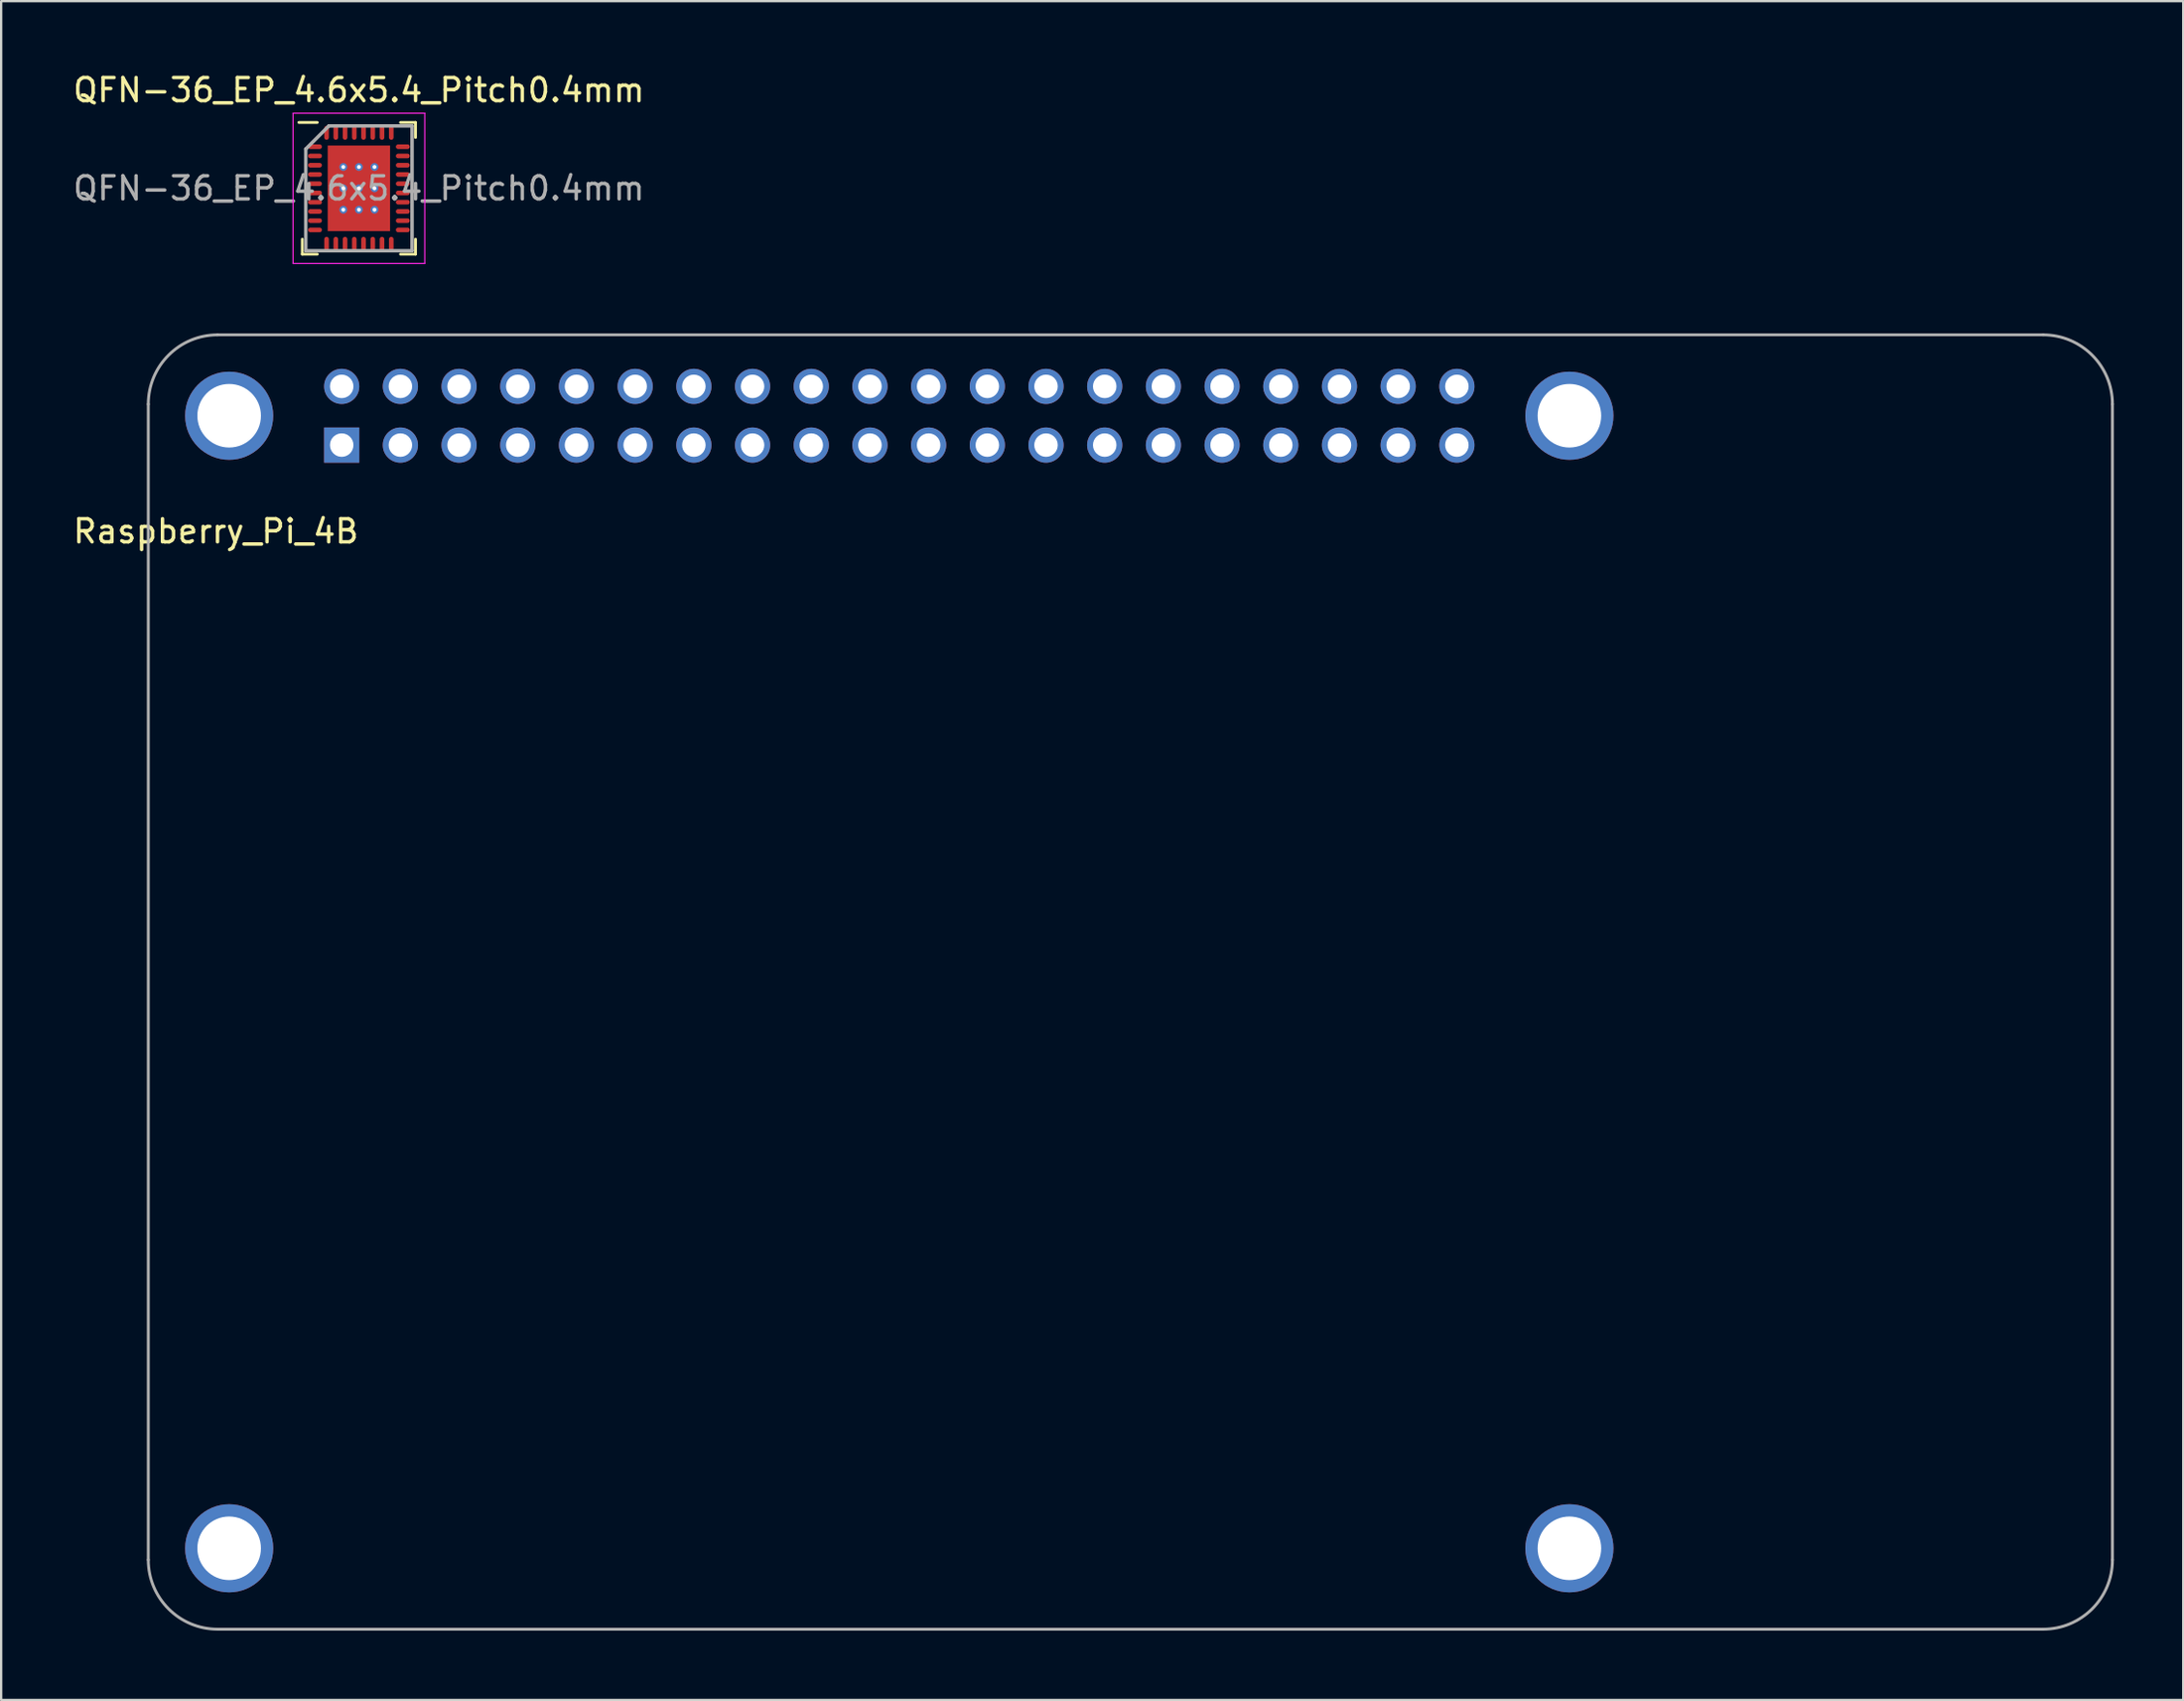
<source format=kicad_pcb>
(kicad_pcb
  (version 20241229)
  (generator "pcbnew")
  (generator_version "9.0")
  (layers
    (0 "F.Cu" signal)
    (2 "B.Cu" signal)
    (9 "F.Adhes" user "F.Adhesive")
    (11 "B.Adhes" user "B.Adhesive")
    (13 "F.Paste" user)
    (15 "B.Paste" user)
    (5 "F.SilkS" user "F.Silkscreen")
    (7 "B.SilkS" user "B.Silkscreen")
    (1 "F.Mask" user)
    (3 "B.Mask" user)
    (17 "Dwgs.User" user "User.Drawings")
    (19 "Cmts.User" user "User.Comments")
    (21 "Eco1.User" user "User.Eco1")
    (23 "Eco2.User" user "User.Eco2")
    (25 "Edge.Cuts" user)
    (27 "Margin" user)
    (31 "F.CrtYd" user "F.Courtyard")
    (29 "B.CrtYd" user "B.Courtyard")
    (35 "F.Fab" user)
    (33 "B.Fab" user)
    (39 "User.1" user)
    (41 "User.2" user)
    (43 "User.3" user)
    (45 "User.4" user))
  (footprint "QFN-36_EP_4.6x5.4_Pitch0.4mm"
    (layer "F.Cu")
    (at 12.482 5.098)
    (property "Reference" "QFN-36_EP_4.6x5.4_Pitch0.4mm" (at 0 -4.25 0) (layer "F.SilkS") (effects (font (size 1 1) (thickness 0.15))))
    (attr smd)
    (fp_line (start -2.45 2.85) (end -2.45 2.2) (stroke (width 0.12) (type default)) (layer "F.SilkS"))
    (fp_line (start -1.8 -2.85) (end -2.6 -2.85) (stroke (width 0.12) (type default)) (layer "F.SilkS"))
    (fp_line (start -1.8 2.85) (end -2.45 2.85) (stroke (width 0.12) (type default)) (layer "F.SilkS"))
    (fp_line (start 1.8 -2.85) (end 2.45 -2.85) (stroke (width 0.12) (type default)) (layer "F.SilkS"))
    (fp_line (start 1.8 2.85) (end 2.45 2.85) (stroke (width 0.12) (type default)) (layer "F.SilkS"))
    (fp_line (start 2.45 -2.85) (end 2.45 -2.2) (stroke (width 0.12) (type default)) (layer "F.SilkS"))
    (fp_line (start 2.45 2.85) (end 2.45 2.2) (stroke (width 0.12) (type default)) (layer "F.SilkS"))
    (fp_line (start -2.85 -3.25) (end 2.85 -3.25) (stroke (width 0.05) (type default)) (layer "F.CrtYd"))
    (fp_line (start -2.85 3.25) (end -2.85 -3.25) (stroke (width 0.05) (type default)) (layer "F.CrtYd"))
    (fp_line (start 2.85 -3.25) (end 2.85 3.25) (stroke (width 0.05) (type default)) (layer "F.CrtYd"))
    (fp_line (start 2.85 3.25) (end -2.85 3.25) (stroke (width 0.05) (type default)) (layer "F.CrtYd"))
    (fp_line (start -2.3 -1.7) (end -2.3 2.7) (stroke (width 0.15) (type default)) (layer "F.Fab"))
    (fp_line (start -2.3 2.7) (end 2.3 2.7) (stroke (width 0.15) (type default)) (layer "F.Fab"))
    (fp_line (start -1.3 -2.7) (end -2.3 -1.7) (stroke (width 0.15) (type default)) (layer "F.Fab"))
    (fp_line (start 2.3 -2.7) (end -1.3 -2.7) (stroke (width 0.15) (type default)) (layer "F.Fab"))
    (fp_line (start 2.3 2.7) (end 2.3 -2.7) (stroke (width 0.15) (type default)) (layer "F.Fab"))
    (fp_text user "${REFERENCE}" (at 0 0 0) (layer "F.Fab") (effects (font (size 1 1) (thickness 0.15))))
    (pad "" smd rect (at -1.012 -1.387) (size 0.000001 0.25) (layers "F.Paste"))
    (pad "" smd rect (at -1.012 -0.463) (size 0.000001 0.25) (layers "F.Paste"))
    (pad "" smd rect (at -1.012 0.463) (size 0.000001 0.25) (layers "F.Paste"))
    (pad "" smd rect (at -1.012 1.387) (size 0.000001 0.25) (layers "F.Paste"))
    (pad "" smd rect (at -0.338 -1.387) (size 0.000001 0.25) (layers "F.Paste"))
    (pad "" smd rect (at -0.338 -0.463) (size 0.000001 0.25) (layers "F.Paste"))
    (pad "" smd rect (at -0.338 0.463) (size 0.000001 0.25) (layers "F.Paste"))
    (pad "" smd rect (at -0.338 1.387) (size 0.000001 0.25) (layers "F.Paste"))
    (pad "" smd rect (at 0.338 -1.387) (size 0.000001 0.25) (layers "F.Paste"))
    (pad "" smd rect (at 0.338 -0.463) (size 0.000001 0.25) (layers "F.Paste"))
    (pad "" smd rect (at 0.338 0.463) (size 0.000001 0.25) (layers "F.Paste"))
    (pad "" smd rect (at 0.338 1.387) (size 0.000001 0.25) (layers "F.Paste"))
    (pad "" smd rect (at 1.012 -1.387) (size 0.000001 0.25) (layers "F.Paste"))
    (pad "" smd rect (at 1.012 -0.463) (size 0.000001 0.25) (layers "F.Paste"))
    (pad "" smd rect (at 1.012 0.463) (size 0.000001 0.25) (layers "F.Paste"))
    (pad "" smd rect (at 1.012 1.387) (size 0.000001 0.25) (layers "F.Paste"))
    (pad "1" smd oval (at -1.9 -1.8 90) (size 0.2 0.6) (layers "F.Cu" "F.Mask" "F.Paste"))
    (pad "2" smd oval (at -1.9 -1.4 90) (size 0.2 0.6) (layers "F.Cu" "F.Mask" "F.Paste"))
    (pad "3" smd oval (at -1.9 -1 90) (size 0.2 0.6) (layers "F.Cu" "F.Mask" "F.Paste"))
    (pad "4" smd oval (at -1.9 -0.6 90) (size 0.2 0.6) (layers "F.Cu" "F.Mask" "F.Paste"))
    (pad "5" smd oval (at -1.9 -0.2 90) (size 0.2 0.6) (layers "F.Cu" "F.Mask" "F.Paste"))
    (pad "6" smd oval (at -1.9 0.2 90) (size 0.2 0.6) (layers "F.Cu" "F.Mask" "F.Paste"))
    (pad "7" smd oval (at -1.9 0.6 90) (size 0.2 0.6) (layers "F.Cu" "F.Mask" "F.Paste"))
    (pad "8" smd oval (at -1.9 1 90) (size 0.2 0.6) (layers "F.Cu" "F.Mask" "F.Paste"))
    (pad "9" smd oval (at -1.9 1.4 90) (size 0.2 0.6) (layers "F.Cu" "F.Mask" "F.Paste"))
    (pad "10" smd oval (at -1.9 1.8 90) (size 0.2 0.6) (layers "F.Cu" "F.Mask" "F.Paste"))
    (pad "11" smd oval (at -1.4 2.4) (size 0.2 0.6) (layers "F.Cu" "F.Mask" "F.Paste"))
    (pad "12" smd oval (at -1 2.4) (size 0.2 0.6) (layers "F.Cu" "F.Mask" "F.Paste"))
    (pad "13" smd oval (at -0.6 2.4) (size 0.2 0.6) (layers "F.Cu" "F.Mask" "F.Paste"))
    (pad "14" smd oval (at -0.2 2.4) (size 0.2 0.6) (layers "F.Cu" "F.Mask" "F.Paste"))
    (pad "15" smd oval (at 0.2 2.4) (size 0.2 0.6) (layers "F.Cu" "F.Mask" "F.Paste"))
    (pad "16" smd oval (at 0.6 2.4) (size 0.2 0.6) (layers "F.Cu" "F.Mask" "F.Paste"))
    (pad "17" smd oval (at 1 2.4) (size 0.2 0.6) (layers "F.Cu" "F.Mask" "F.Paste"))
    (pad "18" smd oval (at 1.4 2.4) (size 0.2 0.6) (layers "F.Cu" "F.Mask" "F.Paste"))
    (pad "19" smd oval (at 1.9 1.8 90) (size 0.2 0.6) (layers "F.Cu" "F.Mask" "F.Paste"))
    (pad "20" smd oval (at 1.9 1.4 90) (size 0.2 0.6) (layers "F.Cu" "F.Mask" "F.Paste"))
    (pad "21" smd oval (at 1.9 1 90) (size 0.2 0.6) (layers "F.Cu" "F.Mask" "F.Paste"))
    (pad "22" smd oval (at 1.9 0.6 90) (size 0.2 0.6) (layers "F.Cu" "F.Mask" "F.Paste"))
    (pad "23" smd oval (at 1.9 0.2 90) (size 0.2 0.6) (layers "F.Cu" "F.Mask" "F.Paste"))
    (pad "24" smd oval (at 1.9 -0.2 90) (size 0.2 0.6) (layers "F.Cu" "F.Mask" "F.Paste"))
    (pad "25" smd oval (at 1.9 -0.6 90) (size 0.2 0.6) (layers "F.Cu" "F.Mask" "F.Paste"))
    (pad "26" smd oval (at 1.9 -1 90) (size 0.2 0.6) (layers "F.Cu" "F.Mask" "F.Paste"))
    (pad "27" smd oval (at 1.9 -1.4 90) (size 0.2 0.6) (layers "F.Cu" "F.Mask" "F.Paste"))
    (pad "28" smd oval (at 1.9 -1.8 90) (size 0.2 0.6) (layers "F.Cu" "F.Mask" "F.Paste"))
    (pad "29" smd oval (at 1.4 -2.4) (size 0.2 0.6) (layers "F.Cu" "F.Mask" "F.Paste"))
    (pad "30" smd oval (at 1 -2.4) (size 0.2 0.6) (layers "F.Cu" "F.Mask" "F.Paste"))
    (pad "31" smd oval (at 0.6 -2.4) (size 0.2 0.6) (layers "F.Cu" "F.Mask" "F.Paste"))
    (pad "32" smd oval (at 0.2 -2.4) (size 0.2 0.6) (layers "F.Cu" "F.Mask" "F.Paste"))
    (pad "33" smd oval (at -0.2 -2.4) (size 0.2 0.6) (layers "F.Cu" "F.Mask" "F.Paste"))
    (pad "34" smd oval (at -0.6 -2.4) (size 0.2 0.6) (layers "F.Cu" "F.Mask" "F.Paste"))
    (pad "35" smd oval (at -1 -2.4) (size 0.2 0.6) (layers "F.Cu" "F.Mask" "F.Paste"))
    (pad "36" smd oval (at -1.4 -2.4) (size 0.2 0.6) (layers "F.Cu" "F.Mask" "F.Paste"))
    (pad "37" thru_hole circle (at -0.675 -0.925) (size 0.338 0.338) (drill 0.169) (property pad_prop_heatsink) (layers "*.Cu" "*.Mask"))
    (pad "37" thru_hole circle (at -0.675 0) (size 0.338 0.338) (drill 0.169) (property pad_prop_heatsink) (layers "*.Cu" "*.Mask"))
    (pad "37" thru_hole circle (at -0.675 0.925) (size 0.338 0.338) (drill 0.169) (property pad_prop_heatsink) (layers "*.Cu" "*.Mask"))
    (pad "37" thru_hole circle (at 0 -0.925) (size 0.338 0.338) (drill 0.169) (property pad_prop_heatsink) (layers "*.Cu" "*.Mask"))
    (pad "37" thru_hole circle (at 0 0) (size 0.338 0.338) (drill 0.169) (property pad_prop_heatsink) (layers "*.Cu" "*.Mask"))
    (pad "37" smd rect (at 0 0) (size 2.7 3.7) (layers "F.Cu" "F.Mask" "F.Paste"))
    (pad "37" thru_hole circle (at 0 0.925) (size 0.338 0.338) (drill 0.169) (property pad_prop_heatsink) (layers "*.Cu" "*.Mask"))
    (pad "37" thru_hole circle (at 0.675 -0.925) (size 0.338 0.338) (drill 0.169) (property pad_prop_heatsink) (layers "*.Cu" "*.Mask"))
    (pad "37" thru_hole circle (at 0.675 0) (size 0.338 0.338) (drill 0.169) (property pad_prop_heatsink) (layers "*.Cu" "*.Mask"))
    (pad "37" thru_hole circle (at 0.675 0.925) (size 0.338 0.338) (drill 0.169) (property pad_prop_heatsink) (layers "*.Cu" "*.Mask")))
  (footprint "Raspberry_Pi_4B"
    (layer "F.Cu")
    (at 45.867 39.437)
    (property "Reference" "Raspberry_Pi_4B" (at -39.575 -19.5 0) (layer "F.SilkS") (effects (font (size 1 1) (thickness 0.15))))
    (attr through_hole)
    (fp_line (start -42.5 -25) (end -42.5 25) (stroke (width 0.127) (type solid)) (layer "F.Fab"))
    (fp_line (start -39.5 28) (end 39.5 28) (stroke (width 0.127) (type solid)) (layer "F.Fab"))
    (fp_line (start 39.5 -28) (end -39.5 -28) (stroke (width 0.127) (type solid)) (layer "F.Fab"))
    (fp_line (start 42.5 25) (end 42.5 -25) (stroke (width 0.127) (type solid)) (layer "F.Fab"))
    (fp_arc (start -42.5 -25) (mid -41.62132 -27.12132) (end -39.5 -28) (stroke (width 0.127) (type solid)) (layer "F.Fab"))
    (fp_arc (start -39.5 28) (mid -41.62132 27.12132) (end -42.5 25) (stroke (width 0.127) (type solid)) (layer "F.Fab"))
    (fp_arc (start 39.5 -28) (mid 41.62132 -27.12132) (end 42.5 -25) (stroke (width 0.127) (type solid)) (layer "F.Fab"))
    (fp_arc (start 42.5 25) (mid 41.62132 27.12132) (end 39.5 28) (stroke (width 0.127) (type solid)) (layer "F.Fab"))
    (pad "1" thru_hole rect (at -34.13 -23.23) (size 1.524 1.524) (drill 1.016) (layers "*.Cu" "*.Mask"))
    (pad "2" thru_hole circle (at -34.13 -25.77) (size 1.524 1.524) (drill 1.016) (layers "*.Cu" "*.Mask"))
    (pad "3" thru_hole circle (at -31.59 -23.23) (size 1.524 1.524) (drill 1.016) (layers "*.Cu" "*.Mask"))
    (pad "4" thru_hole circle (at -31.59 -25.77) (size 1.524 1.524) (drill 1.016) (layers "*.Cu" "*.Mask"))
    (pad "5" thru_hole circle (at -29.05 -23.23) (size 1.524 1.524) (drill 1.016) (layers "*.Cu" "*.Mask"))
    (pad "6" thru_hole circle (at -29.05 -25.77) (size 1.524 1.524) (drill 1.016) (layers "*.Cu" "*.Mask"))
    (pad "7" thru_hole circle (at -26.51 -23.23) (size 1.524 1.524) (drill 1.016) (layers "*.Cu" "*.Mask"))
    (pad "8" thru_hole circle (at -26.51 -25.77) (size 1.524 1.524) (drill 1.016) (layers "*.Cu" "*.Mask"))
    (pad "9" thru_hole circle (at -23.97 -23.23) (size 1.524 1.524) (drill 1.016) (layers "*.Cu" "*.Mask"))
    (pad "10" thru_hole circle (at -23.97 -25.77) (size 1.524 1.524) (drill 1.016) (layers "*.Cu" "*.Mask"))
    (pad "11" thru_hole circle (at -21.43 -23.23) (size 1.524 1.524) (drill 1.016) (layers "*.Cu" "*.Mask"))
    (pad "12" thru_hole circle (at -21.43 -25.77) (size 1.524 1.524) (drill 1.016) (layers "*.Cu" "*.Mask"))
    (pad "13" thru_hole circle (at -18.89 -23.23) (size 1.524 1.524) (drill 1.016) (layers "*.Cu" "*.Mask"))
    (pad "14" thru_hole circle (at -18.89 -25.77) (size 1.524 1.524) (drill 1.016) (layers "*.Cu" "*.Mask"))
    (pad "15" thru_hole circle (at -16.35 -23.23) (size 1.524 1.524) (drill 1.016) (layers "*.Cu" "*.Mask"))
    (pad "16" thru_hole circle (at -16.35 -25.77) (size 1.524 1.524) (drill 1.016) (layers "*.Cu" "*.Mask"))
    (pad "17" thru_hole circle (at -13.81 -23.23) (size 1.524 1.524) (drill 1.016) (layers "*.Cu" "*.Mask"))
    (pad "18" thru_hole circle (at -13.81 -25.77) (size 1.524 1.524) (drill 1.016) (layers "*.Cu" "*.Mask"))
    (pad "19" thru_hole circle (at -11.27 -23.23) (size 1.524 1.524) (drill 1.016) (layers "*.Cu" "*.Mask"))
    (pad "20" thru_hole circle (at -11.27 -25.77) (size 1.524 1.524) (drill 1.016) (layers "*.Cu" "*.Mask"))
    (pad "21" thru_hole circle (at -8.73 -23.23) (size 1.524 1.524) (drill 1.016) (layers "*.Cu" "*.Mask"))
    (pad "22" thru_hole circle (at -8.73 -25.77) (size 1.524 1.524) (drill 1.016) (layers "*.Cu" "*.Mask"))
    (pad "23" thru_hole circle (at -6.19 -23.23) (size 1.524 1.524) (drill 1.016) (layers "*.Cu" "*.Mask"))
    (pad "24" thru_hole circle (at -6.19 -25.77) (size 1.524 1.524) (drill 1.016) (layers "*.Cu" "*.Mask"))
    (pad "25" thru_hole circle (at -3.65 -23.23) (size 1.524 1.524) (drill 1.016) (layers "*.Cu" "*.Mask"))
    (pad "26" thru_hole circle (at -3.65 -25.77) (size 1.524 1.524) (drill 1.016) (layers "*.Cu" "*.Mask"))
    (pad "27" thru_hole circle (at -1.11 -23.23) (size 1.524 1.524) (drill 1.016) (layers "*.Cu" "*.Mask"))
    (pad "28" thru_hole circle (at -1.11 -25.77) (size 1.524 1.524) (drill 1.016) (layers "*.Cu" "*.Mask"))
    (pad "29" thru_hole circle (at 1.43 -23.23) (size 1.524 1.524) (drill 1.016) (layers "*.Cu" "*.Mask"))
    (pad "30" thru_hole circle (at 1.43 -25.77) (size 1.524 1.524) (drill 1.016) (layers "*.Cu" "*.Mask"))
    (pad "31" thru_hole circle (at 3.97 -23.23) (size 1.524 1.524) (drill 1.016) (layers "*.Cu" "*.Mask"))
    (pad "32" thru_hole circle (at 3.97 -25.77) (size 1.524 1.524) (drill 1.016) (layers "*.Cu" "*.Mask"))
    (pad "33" thru_hole circle (at 6.51 -23.23) (size 1.524 1.524) (drill 1.016) (layers "*.Cu" "*.Mask"))
    (pad "34" thru_hole circle (at 6.51 -25.77) (size 1.524 1.524) (drill 1.016) (layers "*.Cu" "*.Mask"))
    (pad "35" thru_hole circle (at 9.05 -23.23) (size 1.524 1.524) (drill 1.016) (layers "*.Cu" "*.Mask"))
    (pad "36" thru_hole circle (at 9.05 -25.77) (size 1.524 1.524) (drill 1.016) (layers "*.Cu" "*.Mask"))
    (pad "37" thru_hole circle (at 11.59 -23.23) (size 1.524 1.524) (drill 1.016) (layers "*.Cu" "*.Mask"))
    (pad "38" thru_hole circle (at 11.59 -25.77) (size 1.524 1.524) (drill 1.016) (layers "*.Cu" "*.Mask"))
    (pad "39" thru_hole circle (at 14.13 -23.23) (size 1.524 1.524) (drill 1.016) (layers "*.Cu" "*.Mask"))
    (pad "40" thru_hole circle (at 14.13 -25.77) (size 1.524 1.524) (drill 1.016) (layers "*.Cu" "*.Mask"))
    (pad "S1" thru_hole circle (at -39 -24.5) (size 3.812 3.812) (drill 2.75) (layers "*.Cu" "*.Mask"))
    (pad "S2" thru_hole circle (at 19 -24.5) (size 3.812 3.812) (drill 2.75) (layers "*.Cu" "*.Mask"))
    (pad "S3" thru_hole circle (at 19 24.5) (size 3.812 3.812) (drill 2.75) (layers "*.Cu" "*.Mask"))
    (pad "S4" thru_hole circle (at -39 24.5) (size 3.812 3.812) (drill 2.75) (layers "*.Cu" "*.Mask")))
  (gr_rect
    (start -3 -3)
    (end 91.43 70.5)
    (stroke (width 0.1) (type default))
    (fill no)
    (layer "Edge.Cuts")))
</source>
